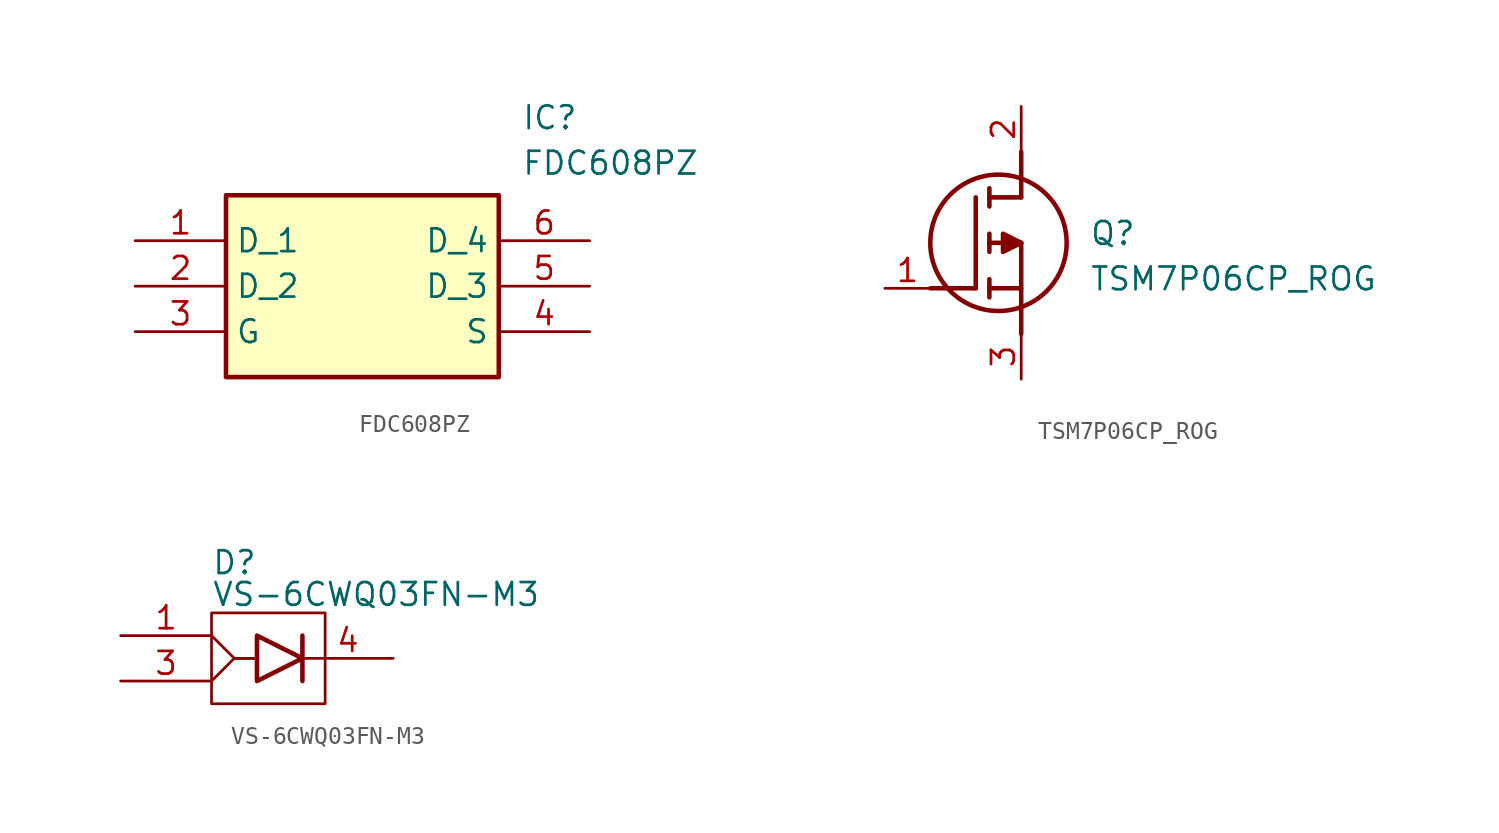
<source format=kicad_sym>
(kicad_symbol_lib
  (version 20241209)
  (generator "kicad_symbol_editor")
  (generator_version "9.0")
  (symbol "FDC608PZ"
    (property "Reference" "IC"
      (at 21.59 7.62 0)
      (effects (font (size 1.27 1.27)) (justify left top)))
    (property "Value" "FDC608PZ"
      (at 21.59 5.08 0)
      (effects (font (size 1.27 1.27)) (justify left top)))
    (symbol "FDC608PZ_1_1"
      (rectangle (start 5.08 2.54) (end 20.32 -7.62) (stroke (width 0.254) (type default)) (fill (type background)))
      (pin passive line (at 0 0 0) (length 5.08) (name "D_1" (effects (font (size 1.27 1.27)))) (number "1" (effects (font (size 1.27 1.27)))))
      (pin passive line (at 0 -2.54 0) (length 5.08) (name "D_2" (effects (font (size 1.27 1.27)))) (number "2" (effects (font (size 1.27 1.27)))))
      (pin passive line (at 0 -5.08 0) (length 5.08) (name "G" (effects (font (size 1.27 1.27)))) (number "3" (effects (font (size 1.27 1.27)))))
      (pin passive line (at 25.4 0 180) (length 5.08) (name "D_4" (effects (font (size 1.27 1.27)))) (number "6" (effects (font (size 1.27 1.27)))))
      (pin passive line (at 25.4 -2.54 180) (length 5.08) (name "D_3" (effects (font (size 1.27 1.27)))) (number "5" (effects (font (size 1.27 1.27)))))
      (pin passive line (at 25.4 -5.08 180) (length 5.08) (name "S" (effects (font (size 1.27 1.27)))) (number "4" (effects (font (size 1.27 1.27)))))))
  (symbol "TSM7P06CP_ROG"
    (pin_names
      (hide yes))
    (property "Reference" "Q"
      (at 11.43 3.81 0)
      (effects (font (size 1.27 1.27)) (justify left top)))
    (property "Value" "TSM7P06CP_ROG"
      (at 11.43 1.27 0)
      (effects (font (size 1.27 1.27)) (justify left top)))
    (symbol "TSM7P06CP_ROG_1_1"
      (polyline (pts (xy 2.54 0) (xy 5.08 0)) (stroke (width 0.254) (type default)) (fill (type none)))
      (polyline (pts (xy 5.08 5.08) (xy 5.08 0)) (stroke (width 0.254) (type default)) (fill (type none)))
      (polyline (pts (xy 5.842 5.588) (xy 5.842 4.572)) (stroke (width 0.254) (type default)) (fill (type none)))
      (polyline (pts (xy 5.842 2.032) (xy 5.842 3.048)) (stroke (width 0.254) (type default)) (fill (type none)))
      (polyline (pts (xy 5.842 0) (xy 7.62 0)) (stroke (width 0.254) (type default)) (fill (type none)))
      (polyline (pts (xy 5.842 -0.508) (xy 5.842 0.508)) (stroke (width 0.254) (type default)) (fill (type none)))
      (circle (center 6.35 2.54) (radius 3.81) (stroke (width 0.254) (type default)) (fill (type none)))
      (polyline (pts (xy 7.62 5.08) (xy 5.842 5.08)) (stroke (width 0.254) (type default)) (fill (type none)))
      (polyline (pts (xy 7.62 5.08) (xy 7.62 7.62)) (stroke (width 0.254) (type default)) (fill (type none)))
      (polyline (pts (xy 7.62 2.54) (xy 5.842 2.54)) (stroke (width 0.254) (type default)) (fill (type none)))
      (polyline (pts (xy 7.62 2.54) (xy 7.62 -2.54)) (stroke (width 0.254) (type default)) (fill (type none)))
      (polyline (pts (xy 7.62 2.54) (xy 6.604 3.048) (xy 6.604 2.032) (xy 7.62 2.54)) (stroke (width 0.254) (type default)) (fill (type outline)))
      (pin passive line (at 0 0 0) (length 2.54) (name "G" (effects (font (size 1.27 1.27)))) (number "1" (effects (font (size 1.27 1.27)))))
      (pin passive line (at 7.62 10.16 270) (length 2.54) (name "D" (effects (font (size 1.27 1.27)))) (number "2" (effects (font (size 1.27 1.27)))))
      (pin passive line (at 7.62 -5.08 90) (length 2.54) (name "S" (effects (font (size 1.27 1.27)))) (number "3" (effects (font (size 1.27 1.27)))))))
  (symbol "VS-6CWQ03FN-M3"
    (property "Reference" "D"
      (at 5.08 4.826 0)
      (effects (font (size 1.27 1.27)) (justify left top)))
    (property "Value" "VS-6CWQ03FN-M3"
      (at 5.08 3.048 0)
      (effects (font (size 1.27 1.27)) (justify left top)))
    (symbol "VS-6CWQ03FN-M3_0_1"
      (rectangle (start 5.08 1.27) (end 11.43 -3.81) (stroke (width 0) (type default)) (fill (type none)))
      (polyline (pts (xy 5.08 0) (xy 5.08 0) (xy 6.35 -1.27) (xy 7.62 -1.27)) (stroke (width 0) (type default)) (fill (type none)))
      (polyline (pts (xy 5.08 -2.54) (xy 5.08 -2.54) (xy 6.35 -1.27) (xy 7.62 -1.27)) (stroke (width 0) (type default)) (fill (type none)))
      (polyline (pts (xy 7.62 0) (xy 7.62 -2.54) (xy 10.16 -1.27) (xy 7.62 0) (xy 7.62 -1.27) (xy 7.62 -2.54)) (stroke (width 0.254) (type default)) (fill (type none)))
      (polyline (pts (xy 10.16 0) (xy 10.16 -2.54)) (stroke (width 0.254) (type default)) (fill (type none))))
    (symbol "VS-6CWQ03FN-M3_1_1"
      (pin passive line (at 0 0 0) (length 5.08) (name "" (effects (font (size 1.27 1.27)))) (number "1" (effects (font (size 1.27 1.27)))))
      (pin passive line (at 0 -2.54 0) (length 5.08) (name "" (effects (font (size 1.27 1.27)))) (number "3" (effects (font (size 1.27 1.27)))))
      (pin passive line (at 15.24 -1.27 180) (length 5.08) (name "" (effects (font (size 1.27 1.27)))) (number "4" (effects (font (size 1.27 1.27))))))))
</source>
